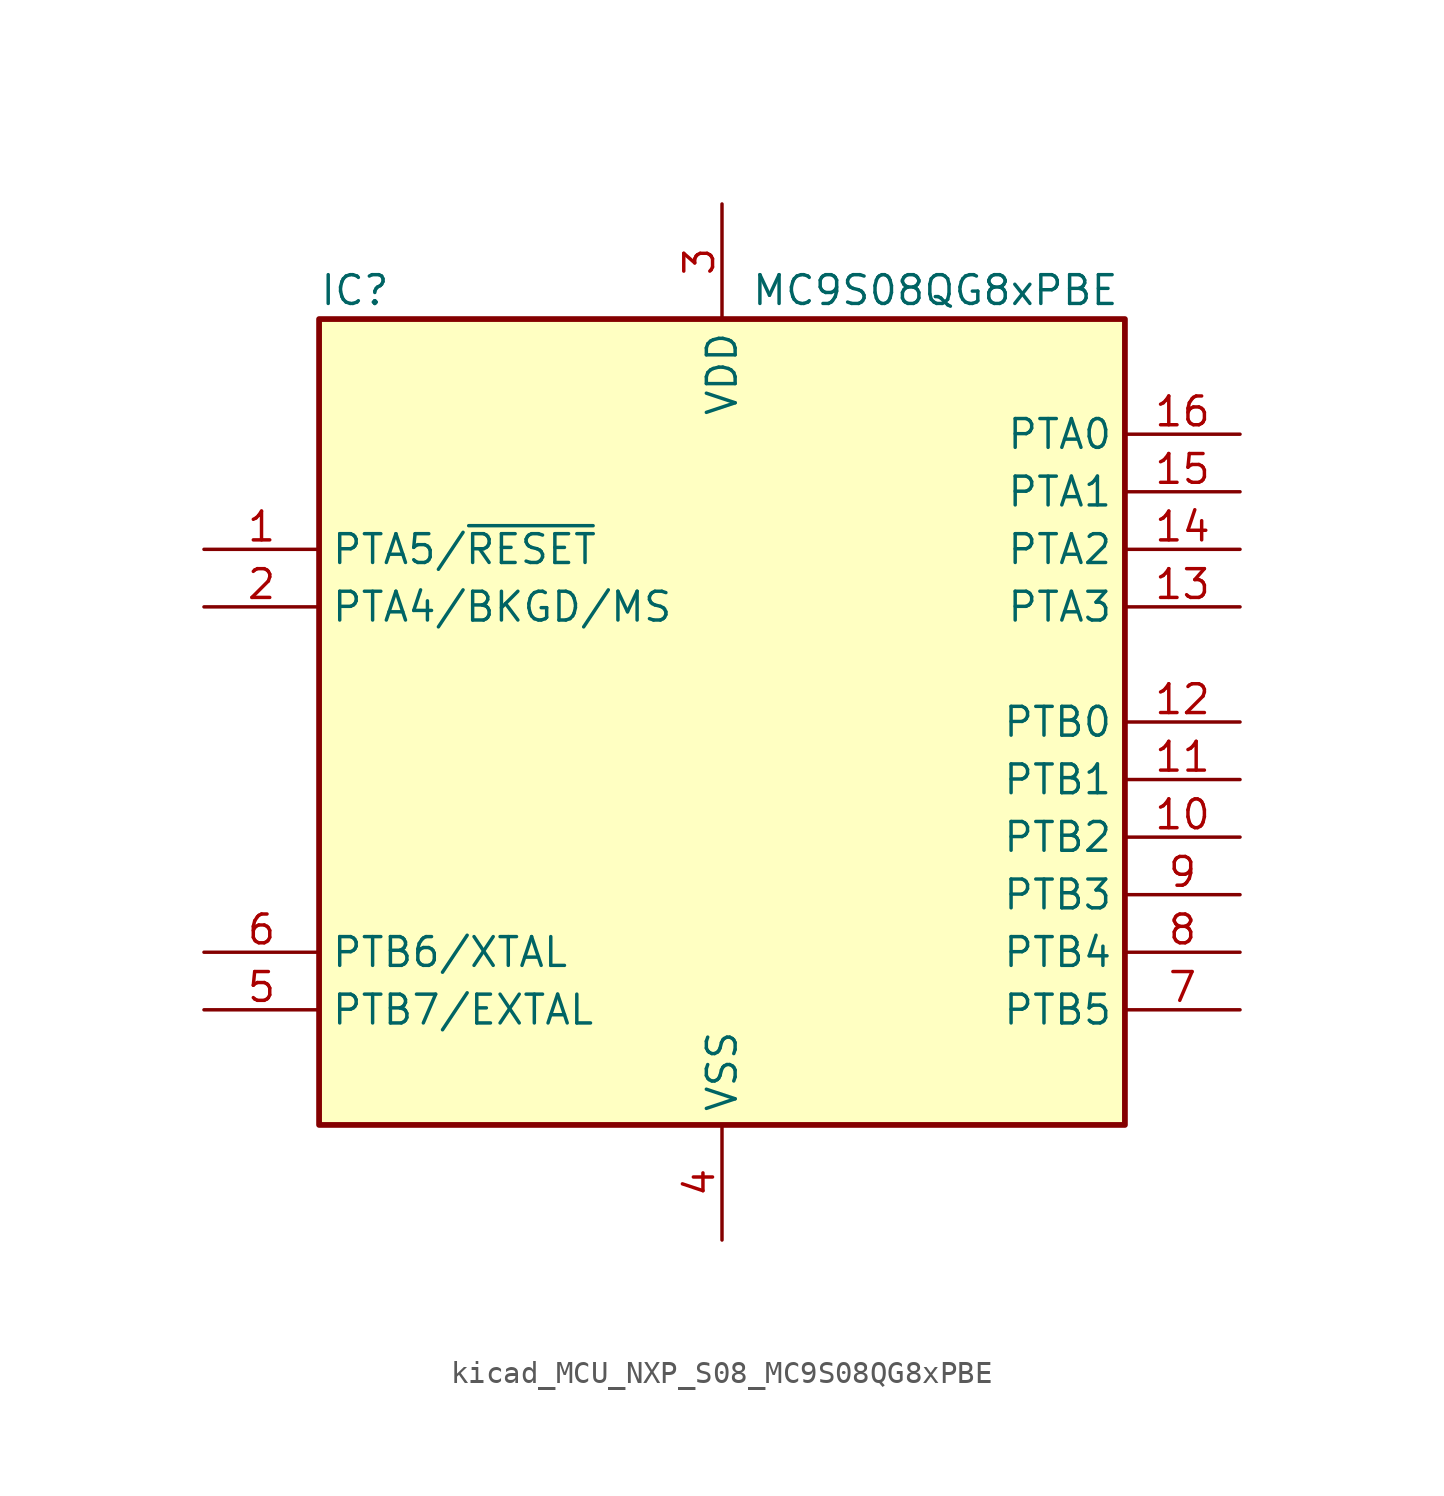
<source format=kicad_sym>
(kicad_symbol_lib
  (version 20220914)
  (generator kicad_symbol_editor)
  (symbol "kicad_MCU_NXP_S08_MC9S08QG8xPBE"
    (property "Reference" "IC"
      (at -17.78 19.05 0)
      (effects (font (size 1.27 1.27)) (justify left)))
    (property "Value" "MC9S08QG8xPBE"
      (at 1.27 19.05 0)
      (effects (font (size 1.27 1.27)) (justify left)))
    (symbol "kicad_MCU_NXP_S08_MC9S08QG8xPBE_0_1"
      (rectangle (start -17.78 17.78) (end 17.78 -17.78) (stroke (width 0.254) (type default)) (fill (type background))))
    (symbol "kicad_MCU_NXP_S08_MC9S08QG8xPBE_1_1"
      (pin bidirectional line (at -22.86 7.62 0) (length 5.08) (name "PTA5/~{RESET}" (effects (font (size 1.27 1.27)))) (number "1" (effects (font (size 1.27 1.27)))))
      (pin bidirectional line (at 22.86 -5.08 180) (length 5.08) (name "PTB2" (effects (font (size 1.27 1.27)))) (number "10" (effects (font (size 1.27 1.27)))))
      (pin bidirectional line (at 22.86 -2.54 180) (length 5.08) (name "PTB1" (effects (font (size 1.27 1.27)))) (number "11" (effects (font (size 1.27 1.27)))))
      (pin bidirectional line (at 22.86 0 180) (length 5.08) (name "PTB0" (effects (font (size 1.27 1.27)))) (number "12" (effects (font (size 1.27 1.27)))))
      (pin bidirectional line (at 22.86 5.08 180) (length 5.08) (name "PTA3" (effects (font (size 1.27 1.27)))) (number "13" (effects (font (size 1.27 1.27)))))
      (pin bidirectional line (at 22.86 7.62 180) (length 5.08) (name "PTA2" (effects (font (size 1.27 1.27)))) (number "14" (effects (font (size 1.27 1.27)))))
      (pin bidirectional line (at 22.86 10.16 180) (length 5.08) (name "PTA1" (effects (font (size 1.27 1.27)))) (number "15" (effects (font (size 1.27 1.27)))))
      (pin bidirectional line (at 22.86 12.7 180) (length 5.08) (name "PTA0" (effects (font (size 1.27 1.27)))) (number "16" (effects (font (size 1.27 1.27)))))
      (pin bidirectional line (at -22.86 5.08 0) (length 5.08) (name "PTA4/BKGD/MS" (effects (font (size 1.27 1.27)))) (number "2" (effects (font (size 1.27 1.27)))))
      (pin power_in line (at 0 22.86 270) (length 5.08) (name "VDD" (effects (font (size 1.27 1.27)))) (number "3" (effects (font (size 1.27 1.27)))))
      (pin power_in line (at 0 -22.86 90) (length 5.08) (name "VSS" (effects (font (size 1.27 1.27)))) (number "4" (effects (font (size 1.27 1.27)))))
      (pin bidirectional line (at -22.86 -12.7 0) (length 5.08) (name "PTB7/EXTAL" (effects (font (size 1.27 1.27)))) (number "5" (effects (font (size 1.27 1.27)))))
      (pin bidirectional line (at -22.86 -10.16 0) (length 5.08) (name "PTB6/XTAL" (effects (font (size 1.27 1.27)))) (number "6" (effects (font (size 1.27 1.27)))))
      (pin bidirectional line (at 22.86 -12.7 180) (length 5.08) (name "PTB5" (effects (font (size 1.27 1.27)))) (number "7" (effects (font (size 1.27 1.27)))))
      (pin bidirectional line (at 22.86 -10.16 180) (length 5.08) (name "PTB4" (effects (font (size 1.27 1.27)))) (number "8" (effects (font (size 1.27 1.27)))))
      (pin bidirectional line (at 22.86 -7.62 180) (length 5.08) (name "PTB3" (effects (font (size 1.27 1.27)))) (number "9" (effects (font (size 1.27 1.27))))))))
</source>
